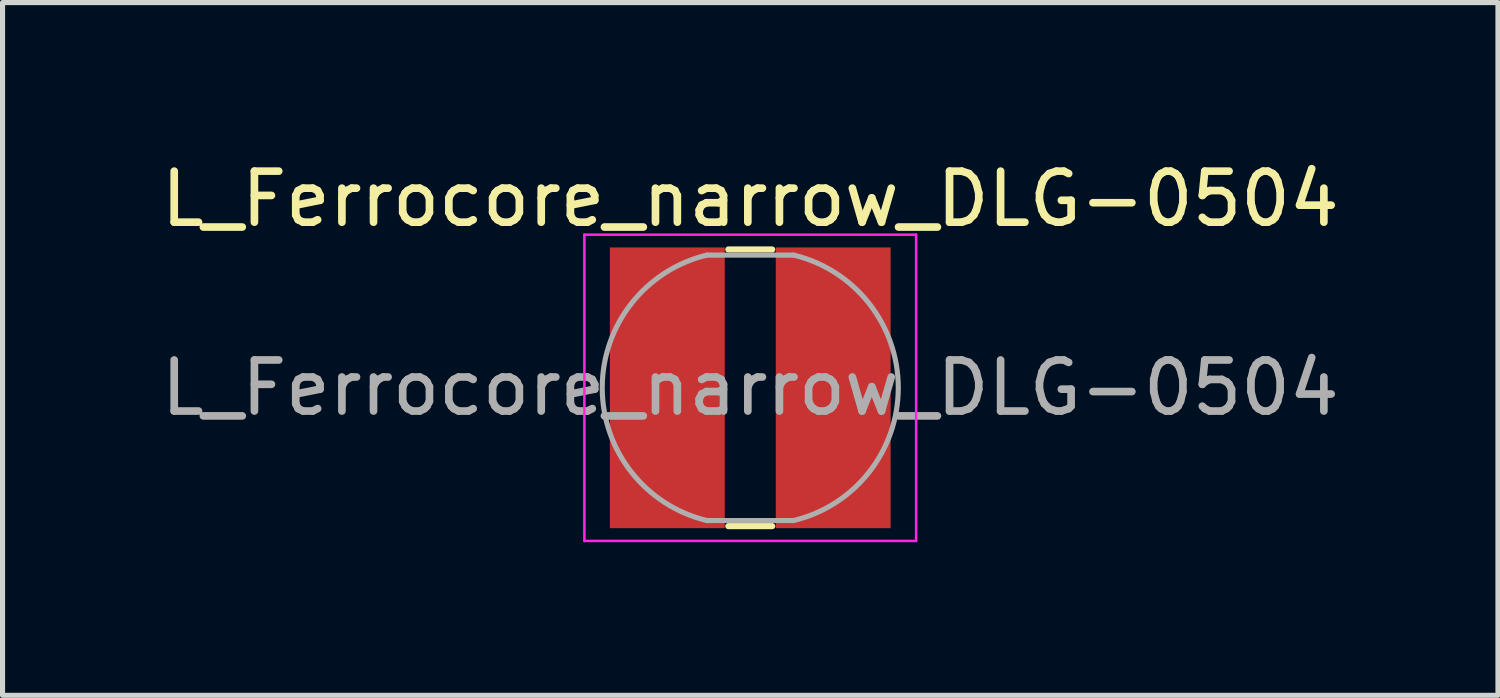
<source format=kicad_pcb>
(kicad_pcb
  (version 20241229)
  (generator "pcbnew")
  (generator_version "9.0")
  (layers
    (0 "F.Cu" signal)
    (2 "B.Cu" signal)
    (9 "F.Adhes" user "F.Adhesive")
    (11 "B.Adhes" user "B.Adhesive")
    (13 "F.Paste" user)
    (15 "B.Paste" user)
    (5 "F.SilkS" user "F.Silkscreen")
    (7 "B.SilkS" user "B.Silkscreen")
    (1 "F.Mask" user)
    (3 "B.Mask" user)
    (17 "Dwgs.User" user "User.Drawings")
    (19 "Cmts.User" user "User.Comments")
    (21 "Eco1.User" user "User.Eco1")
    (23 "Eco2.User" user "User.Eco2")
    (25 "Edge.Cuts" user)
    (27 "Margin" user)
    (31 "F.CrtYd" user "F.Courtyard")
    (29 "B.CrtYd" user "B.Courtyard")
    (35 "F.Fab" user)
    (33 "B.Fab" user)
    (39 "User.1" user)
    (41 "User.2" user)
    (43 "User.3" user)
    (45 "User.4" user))
  (footprint "L_Ferrocore_narrow_DLG-0504"
    (layer "F.Cu")
    (at 11.649 4.548)
    (property "Reference" "L_Ferrocore_narrow_DLG-0504" (at 0 -3.7 0) (layer "F.SilkS") (effects (font (size 1 1) (thickness 0.15))))
    (attr smd)
    (fp_line (start -0.43 -2.71) (end 0.43 -2.71) (stroke (width 0.12) (type solid)) (layer "F.SilkS"))
    (fp_line (start -0.43 2.71) (end 0.43 2.71) (stroke (width 0.12) (type solid)) (layer "F.SilkS"))
    (fp_line (start -3.25 -3) (end -3.25 3) (stroke (width 0.05) (type solid)) (layer "F.CrtYd"))
    (fp_line (start -3.25 3) (end 3.25 3) (stroke (width 0.05) (type solid)) (layer "F.CrtYd"))
    (fp_line (start 3.25 -3) (end -3.25 -3) (stroke (width 0.05) (type solid)) (layer "F.CrtYd"))
    (fp_line (start 3.25 3) (end 3.25 -3) (stroke (width 0.05) (type solid)) (layer "F.CrtYd"))
    (fp_line (start -0.85 -2.6) (end 0.85 -2.6) (stroke (width 0.1) (type solid)) (layer "F.Fab"))
    (fp_line (start -0.85 2.6) (end 0.85 2.6) (stroke (width 0.1) (type solid)) (layer "F.Fab"))
    (fp_arc (start -0.85 2.6) (mid -2.9 0) (end -0.85 -2.6) (stroke (width 0.1) (type solid)) (layer "F.Fab"))
    (fp_arc (start 0.85 -2.6) (mid 2.9 0) (end 0.85 2.6) (stroke (width 0.1) (type solid)) (layer "F.Fab"))
    (fp_text user "${REFERENCE}" (at 0 0 0) (layer "F.Fab") (effects (font (size 1 1) (thickness 0.15))))
    (pad "1" smd rect (at -1.625 0) (size 2.25 5.5) (layers "F.Cu" "F.Mask" "F.Paste"))
    (pad "2" smd rect (at 1.625 0) (size 2.25 5.5) (layers "F.Cu" "F.Mask" "F.Paste")))
  (gr_rect
    (start -3 -3)
    (end 26.298 10.573)
    (stroke (width 0.1) (type default))
    (fill no)
    (layer "Edge.Cuts")))
</source>
